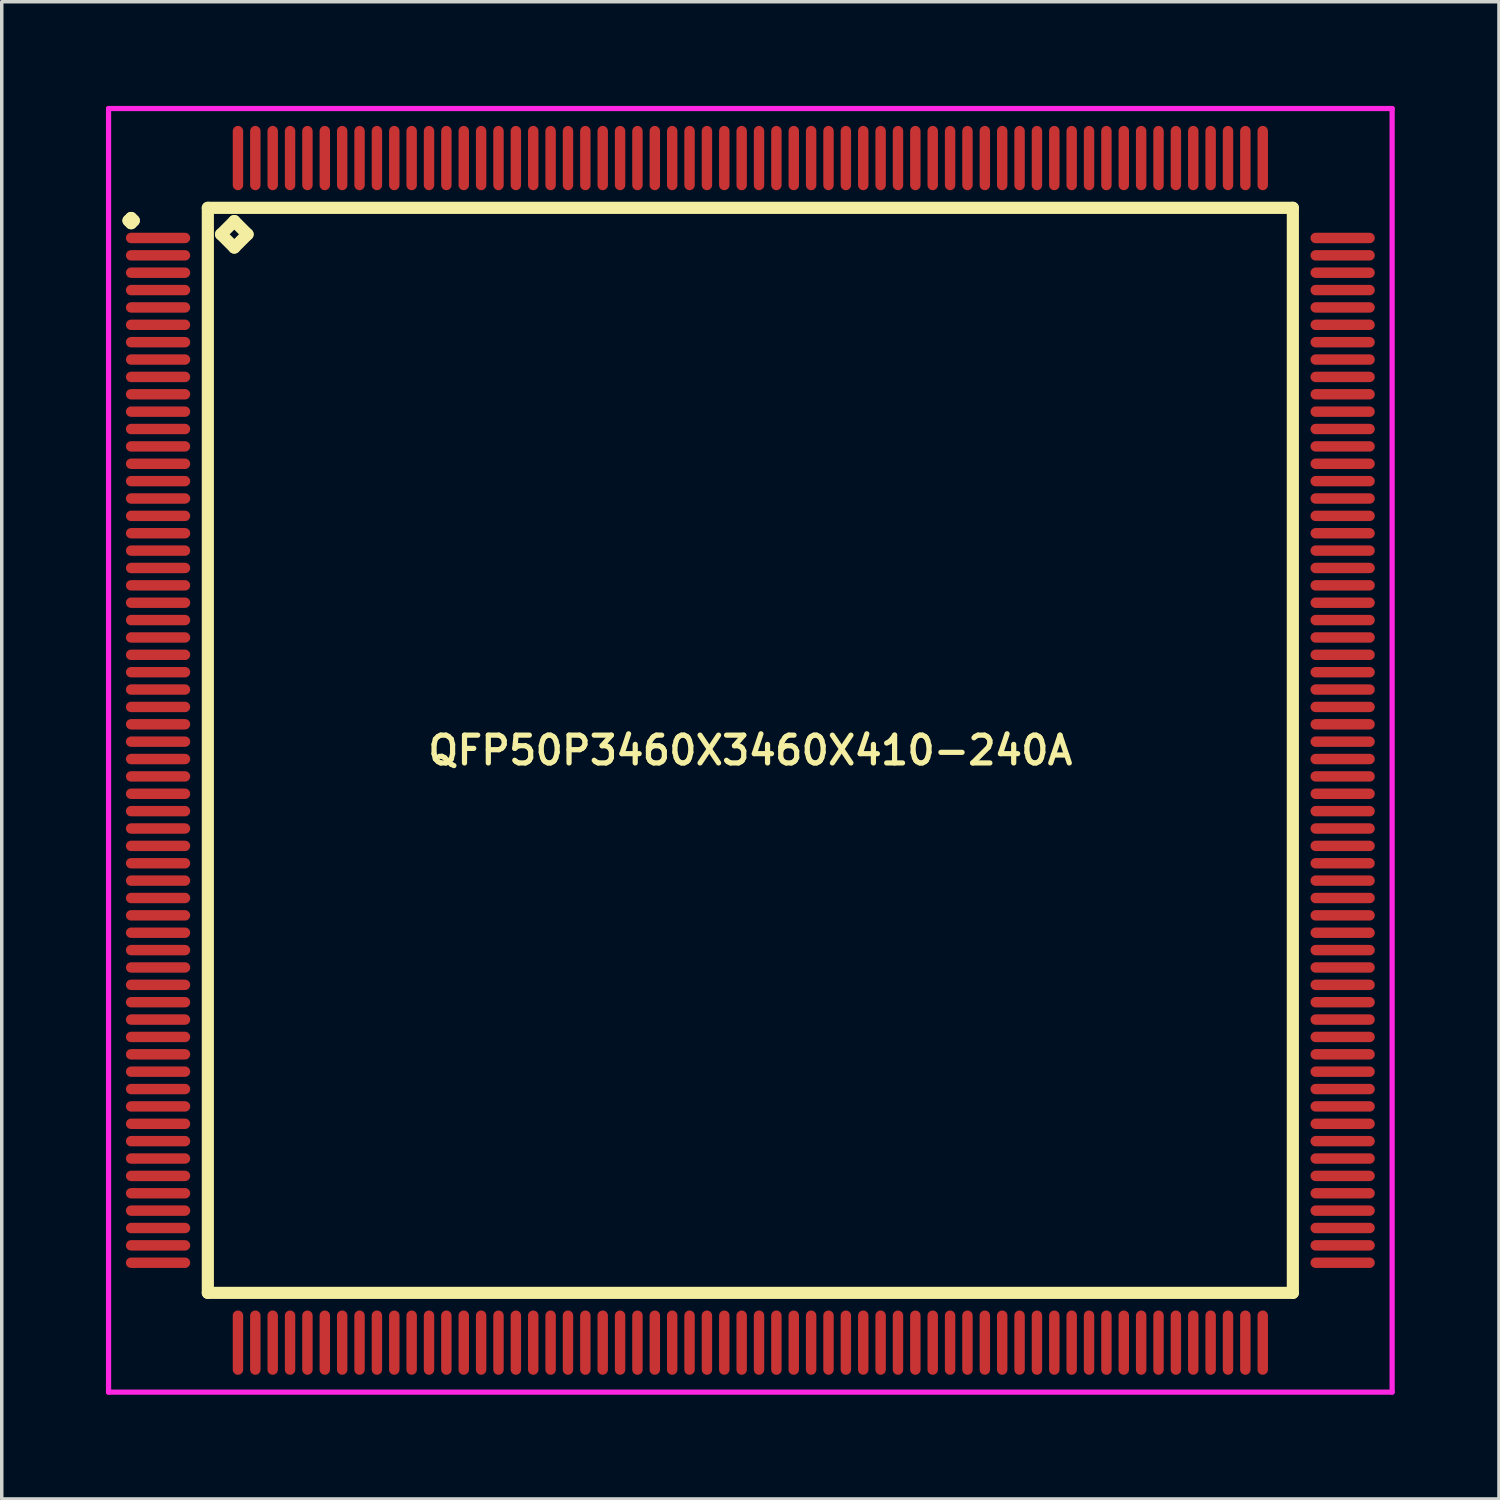
<source format=kicad_pcb>
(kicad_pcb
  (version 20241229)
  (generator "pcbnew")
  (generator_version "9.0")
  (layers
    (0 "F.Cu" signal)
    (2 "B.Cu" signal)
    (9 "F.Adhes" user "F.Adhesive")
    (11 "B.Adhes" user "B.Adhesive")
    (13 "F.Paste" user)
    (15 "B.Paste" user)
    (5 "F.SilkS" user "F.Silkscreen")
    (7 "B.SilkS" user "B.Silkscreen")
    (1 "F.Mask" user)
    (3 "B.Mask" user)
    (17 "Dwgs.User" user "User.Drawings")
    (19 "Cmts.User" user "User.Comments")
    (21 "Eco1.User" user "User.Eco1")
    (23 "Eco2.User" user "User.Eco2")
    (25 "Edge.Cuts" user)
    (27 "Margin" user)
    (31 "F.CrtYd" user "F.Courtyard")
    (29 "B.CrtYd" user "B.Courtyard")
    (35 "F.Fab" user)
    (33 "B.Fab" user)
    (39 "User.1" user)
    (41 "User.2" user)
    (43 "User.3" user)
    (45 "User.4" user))
  (footprint "QFP50P3460X3460X410-240A"
    (layer "F.Cu")
    (at 18.55 18.55)
    (property "Reference" "QFP50P3460X3460X410-240A" (at 0 0 0) (layer "F.SilkS") (effects (font (size 0.8 0.8) (thickness 0.15))))
    (attr smd)
    (fp_line (start -17.9 -15.25) (end -17.825 -15.325) (stroke (width 0.35) (type solid)) (layer "F.SilkS"))
    (fp_line (start -17.825 -15.325) (end -17.75 -15.25) (stroke (width 0.35) (type solid)) (layer "F.SilkS"))
    (fp_line (start -17.825 -15.175) (end -17.9 -15.25) (stroke (width 0.35) (type solid)) (layer "F.SilkS"))
    (fp_line (start -17.75 -15.25) (end -17.825 -15.175) (stroke (width 0.35) (type solid)) (layer "F.SilkS"))
    (fp_line (start -15.617 -15.617) (end -15.617 15.617) (stroke (width 0.35) (type solid)) (layer "F.SilkS"))
    (fp_line (start -15.617 15.617) (end 15.617 15.617) (stroke (width 0.35) (type solid)) (layer "F.SilkS"))
    (fp_line (start -15.236 -14.855) (end -14.855 -15.236) (stroke (width 0.35) (type solid)) (layer "F.SilkS"))
    (fp_line (start -14.855 -15.236) (end -14.474 -14.855) (stroke (width 0.35) (type solid)) (layer "F.SilkS"))
    (fp_line (start -14.855 -14.474) (end -15.236 -14.855) (stroke (width 0.35) (type solid)) (layer "F.SilkS"))
    (fp_line (start -14.474 -14.855) (end -14.855 -14.474) (stroke (width 0.35) (type solid)) (layer "F.SilkS"))
    (fp_line (start 15.617 -15.617) (end -15.617 -15.617) (stroke (width 0.35) (type solid)) (layer "F.SilkS"))
    (fp_line (start 15.617 15.617) (end 15.617 -15.617) (stroke (width 0.35) (type solid)) (layer "F.SilkS"))
    (fp_line (start -18.475 -18.475) (end 18.475 -18.475) (stroke (width 0.15) (type solid)) (layer "F.CrtYd"))
    (fp_line (start -18.475 18.475) (end -18.475 -18.475) (stroke (width 0.15) (type solid)) (layer "F.CrtYd"))
    (fp_line (start 18.475 -18.475) (end 18.475 18.475) (stroke (width 0.15) (type solid)) (layer "F.CrtYd"))
    (fp_line (start 18.475 18.475) (end -18.475 18.475) (stroke (width 0.15) (type solid)) (layer "F.CrtYd"))
    (pad "1" smd oval (at -17.05 -14.75) (size 1.85 0.3) (layers "F.Cu" "F.Mask" "F.Paste"))
    (pad "2" smd oval (at -17.05 -14.25) (size 1.85 0.3) (layers "F.Cu" "F.Mask" "F.Paste"))
    (pad "3" smd oval (at -17.05 -13.75) (size 1.85 0.3) (layers "F.Cu" "F.Mask" "F.Paste"))
    (pad "4" smd oval (at -17.05 -13.25) (size 1.85 0.3) (layers "F.Cu" "F.Mask" "F.Paste"))
    (pad "5" smd oval (at -17.05 -12.75) (size 1.85 0.3) (layers "F.Cu" "F.Mask" "F.Paste"))
    (pad "6" smd oval (at -17.05 -12.25) (size 1.85 0.3) (layers "F.Cu" "F.Mask" "F.Paste"))
    (pad "7" smd oval (at -17.05 -11.75) (size 1.85 0.3) (layers "F.Cu" "F.Mask" "F.Paste"))
    (pad "8" smd oval (at -17.05 -11.25) (size 1.85 0.3) (layers "F.Cu" "F.Mask" "F.Paste"))
    (pad "9" smd oval (at -17.05 -10.75) (size 1.85 0.3) (layers "F.Cu" "F.Mask" "F.Paste"))
    (pad "10" smd oval (at -17.05 -10.25) (size 1.85 0.3) (layers "F.Cu" "F.Mask" "F.Paste"))
    (pad "11" smd oval (at -17.05 -9.75) (size 1.85 0.3) (layers "F.Cu" "F.Mask" "F.Paste"))
    (pad "12" smd oval (at -17.05 -9.25) (size 1.85 0.3) (layers "F.Cu" "F.Mask" "F.Paste"))
    (pad "13" smd oval (at -17.05 -8.75) (size 1.85 0.3) (layers "F.Cu" "F.Mask" "F.Paste"))
    (pad "14" smd oval (at -17.05 -8.25) (size 1.85 0.3) (layers "F.Cu" "F.Mask" "F.Paste"))
    (pad "15" smd oval (at -17.05 -7.75) (size 1.85 0.3) (layers "F.Cu" "F.Mask" "F.Paste"))
    (pad "16" smd oval (at -17.05 -7.25) (size 1.85 0.3) (layers "F.Cu" "F.Mask" "F.Paste"))
    (pad "17" smd oval (at -17.05 -6.75) (size 1.85 0.3) (layers "F.Cu" "F.Mask" "F.Paste"))
    (pad "18" smd oval (at -17.05 -6.25) (size 1.85 0.3) (layers "F.Cu" "F.Mask" "F.Paste"))
    (pad "19" smd oval (at -17.05 -5.75) (size 1.85 0.3) (layers "F.Cu" "F.Mask" "F.Paste"))
    (pad "20" smd oval (at -17.05 -5.25) (size 1.85 0.3) (layers "F.Cu" "F.Mask" "F.Paste"))
    (pad "21" smd oval (at -17.05 -4.75) (size 1.85 0.3) (layers "F.Cu" "F.Mask" "F.Paste"))
    (pad "22" smd oval (at -17.05 -4.25) (size 1.85 0.3) (layers "F.Cu" "F.Mask" "F.Paste"))
    (pad "23" smd oval (at -17.05 -3.75) (size 1.85 0.3) (layers "F.Cu" "F.Mask" "F.Paste"))
    (pad "24" smd oval (at -17.05 -3.25) (size 1.85 0.3) (layers "F.Cu" "F.Mask" "F.Paste"))
    (pad "25" smd oval (at -17.05 -2.75) (size 1.85 0.3) (layers "F.Cu" "F.Mask" "F.Paste"))
    (pad "26" smd oval (at -17.05 -2.25) (size 1.85 0.3) (layers "F.Cu" "F.Mask" "F.Paste"))
    (pad "27" smd oval (at -17.05 -1.75) (size 1.85 0.3) (layers "F.Cu" "F.Mask" "F.Paste"))
    (pad "28" smd oval (at -17.05 -1.25) (size 1.85 0.3) (layers "F.Cu" "F.Mask" "F.Paste"))
    (pad "29" smd oval (at -17.05 -0.75) (size 1.85 0.3) (layers "F.Cu" "F.Mask" "F.Paste"))
    (pad "30" smd oval (at -17.05 -0.25) (size 1.85 0.3) (layers "F.Cu" "F.Mask" "F.Paste"))
    (pad "31" smd oval (at -17.05 0.25) (size 1.85 0.3) (layers "F.Cu" "F.Mask" "F.Paste"))
    (pad "32" smd oval (at -17.05 0.75) (size 1.85 0.3) (layers "F.Cu" "F.Mask" "F.Paste"))
    (pad "33" smd oval (at -17.05 1.25) (size 1.85 0.3) (layers "F.Cu" "F.Mask" "F.Paste"))
    (pad "34" smd oval (at -17.05 1.75) (size 1.85 0.3) (layers "F.Cu" "F.Mask" "F.Paste"))
    (pad "35" smd oval (at -17.05 2.25) (size 1.85 0.3) (layers "F.Cu" "F.Mask" "F.Paste"))
    (pad "36" smd oval (at -17.05 2.75) (size 1.85 0.3) (layers "F.Cu" "F.Mask" "F.Paste"))
    (pad "37" smd oval (at -17.05 3.25) (size 1.85 0.3) (layers "F.Cu" "F.Mask" "F.Paste"))
    (pad "38" smd oval (at -17.05 3.75) (size 1.85 0.3) (layers "F.Cu" "F.Mask" "F.Paste"))
    (pad "39" smd oval (at -17.05 4.25) (size 1.85 0.3) (layers "F.Cu" "F.Mask" "F.Paste"))
    (pad "40" smd oval (at -17.05 4.75) (size 1.85 0.3) (layers "F.Cu" "F.Mask" "F.Paste"))
    (pad "41" smd oval (at -17.05 5.25) (size 1.85 0.3) (layers "F.Cu" "F.Mask" "F.Paste"))
    (pad "42" smd oval (at -17.05 5.75) (size 1.85 0.3) (layers "F.Cu" "F.Mask" "F.Paste"))
    (pad "43" smd oval (at -17.05 6.25) (size 1.85 0.3) (layers "F.Cu" "F.Mask" "F.Paste"))
    (pad "44" smd oval (at -17.05 6.75) (size 1.85 0.3) (layers "F.Cu" "F.Mask" "F.Paste"))
    (pad "45" smd oval (at -17.05 7.25) (size 1.85 0.3) (layers "F.Cu" "F.Mask" "F.Paste"))
    (pad "46" smd oval (at -17.05 7.75) (size 1.85 0.3) (layers "F.Cu" "F.Mask" "F.Paste"))
    (pad "47" smd oval (at -17.05 8.25) (size 1.85 0.3) (layers "F.Cu" "F.Mask" "F.Paste"))
    (pad "48" smd oval (at -17.05 8.75) (size 1.85 0.3) (layers "F.Cu" "F.Mask" "F.Paste"))
    (pad "49" smd oval (at -17.05 9.25) (size 1.85 0.3) (layers "F.Cu" "F.Mask" "F.Paste"))
    (pad "50" smd oval (at -17.05 9.75) (size 1.85 0.3) (layers "F.Cu" "F.Mask" "F.Paste"))
    (pad "51" smd oval (at -17.05 10.25) (size 1.85 0.3) (layers "F.Cu" "F.Mask" "F.Paste"))
    (pad "52" smd oval (at -17.05 10.75) (size 1.85 0.3) (layers "F.Cu" "F.Mask" "F.Paste"))
    (pad "53" smd oval (at -17.05 11.25) (size 1.85 0.3) (layers "F.Cu" "F.Mask" "F.Paste"))
    (pad "54" smd oval (at -17.05 11.75) (size 1.85 0.3) (layers "F.Cu" "F.Mask" "F.Paste"))
    (pad "55" smd oval (at -17.05 12.25) (size 1.85 0.3) (layers "F.Cu" "F.Mask" "F.Paste"))
    (pad "56" smd oval (at -17.05 12.75) (size 1.85 0.3) (layers "F.Cu" "F.Mask" "F.Paste"))
    (pad "57" smd oval (at -17.05 13.25) (size 1.85 0.3) (layers "F.Cu" "F.Mask" "F.Paste"))
    (pad "58" smd oval (at -17.05 13.75) (size 1.85 0.3) (layers "F.Cu" "F.Mask" "F.Paste"))
    (pad "59" smd oval (at -17.05 14.25) (size 1.85 0.3) (layers "F.Cu" "F.Mask" "F.Paste"))
    (pad "60" smd oval (at -17.05 14.75) (size 1.85 0.3) (layers "F.Cu" "F.Mask" "F.Paste"))
    (pad "61" smd oval (at -14.75 17.05) (size 0.3 1.85) (layers "F.Cu" "F.Mask" "F.Paste"))
    (pad "62" smd oval (at -14.25 17.05) (size 0.3 1.85) (layers "F.Cu" "F.Mask" "F.Paste"))
    (pad "63" smd oval (at -13.75 17.05) (size 0.3 1.85) (layers "F.Cu" "F.Mask" "F.Paste"))
    (pad "64" smd oval (at -13.25 17.05) (size 0.3 1.85) (layers "F.Cu" "F.Mask" "F.Paste"))
    (pad "65" smd oval (at -12.75 17.05) (size 0.3 1.85) (layers "F.Cu" "F.Mask" "F.Paste"))
    (pad "66" smd oval (at -12.25 17.05) (size 0.3 1.85) (layers "F.Cu" "F.Mask" "F.Paste"))
    (pad "67" smd oval (at -11.75 17.05) (size 0.3 1.85) (layers "F.Cu" "F.Mask" "F.Paste"))
    (pad "68" smd oval (at -11.25 17.05) (size 0.3 1.85) (layers "F.Cu" "F.Mask" "F.Paste"))
    (pad "69" smd oval (at -10.75 17.05) (size 0.3 1.85) (layers "F.Cu" "F.Mask" "F.Paste"))
    (pad "70" smd oval (at -10.25 17.05) (size 0.3 1.85) (layers "F.Cu" "F.Mask" "F.Paste"))
    (pad "71" smd oval (at -9.75 17.05) (size 0.3 1.85) (layers "F.Cu" "F.Mask" "F.Paste"))
    (pad "72" smd oval (at -9.25 17.05) (size 0.3 1.85) (layers "F.Cu" "F.Mask" "F.Paste"))
    (pad "73" smd oval (at -8.75 17.05) (size 0.3 1.85) (layers "F.Cu" "F.Mask" "F.Paste"))
    (pad "74" smd oval (at -8.25 17.05) (size 0.3 1.85) (layers "F.Cu" "F.Mask" "F.Paste"))
    (pad "75" smd oval (at -7.75 17.05) (size 0.3 1.85) (layers "F.Cu" "F.Mask" "F.Paste"))
    (pad "76" smd oval (at -7.25 17.05) (size 0.3 1.85) (layers "F.Cu" "F.Mask" "F.Paste"))
    (pad "77" smd oval (at -6.75 17.05) (size 0.3 1.85) (layers "F.Cu" "F.Mask" "F.Paste"))
    (pad "78" smd oval (at -6.25 17.05) (size 0.3 1.85) (layers "F.Cu" "F.Mask" "F.Paste"))
    (pad "79" smd oval (at -5.75 17.05) (size 0.3 1.85) (layers "F.Cu" "F.Mask" "F.Paste"))
    (pad "80" smd oval (at -5.25 17.05) (size 0.3 1.85) (layers "F.Cu" "F.Mask" "F.Paste"))
    (pad "81" smd oval (at -4.75 17.05) (size 0.3 1.85) (layers "F.Cu" "F.Mask" "F.Paste"))
    (pad "82" smd oval (at -4.25 17.05) (size 0.3 1.85) (layers "F.Cu" "F.Mask" "F.Paste"))
    (pad "83" smd oval (at -3.75 17.05) (size 0.3 1.85) (layers "F.Cu" "F.Mask" "F.Paste"))
    (pad "84" smd oval (at -3.25 17.05) (size 0.3 1.85) (layers "F.Cu" "F.Mask" "F.Paste"))
    (pad "85" smd oval (at -2.75 17.05) (size 0.3 1.85) (layers "F.Cu" "F.Mask" "F.Paste"))
    (pad "86" smd oval (at -2.25 17.05) (size 0.3 1.85) (layers "F.Cu" "F.Mask" "F.Paste"))
    (pad "87" smd oval (at -1.75 17.05) (size 0.3 1.85) (layers "F.Cu" "F.Mask" "F.Paste"))
    (pad "88" smd oval (at -1.25 17.05) (size 0.3 1.85) (layers "F.Cu" "F.Mask" "F.Paste"))
    (pad "89" smd oval (at -0.75 17.05) (size 0.3 1.85) (layers "F.Cu" "F.Mask" "F.Paste"))
    (pad "90" smd oval (at -0.25 17.05) (size 0.3 1.85) (layers "F.Cu" "F.Mask" "F.Paste"))
    (pad "91" smd oval (at 0.25 17.05) (size 0.3 1.85) (layers "F.Cu" "F.Mask" "F.Paste"))
    (pad "92" smd oval (at 0.75 17.05) (size 0.3 1.85) (layers "F.Cu" "F.Mask" "F.Paste"))
    (pad "93" smd oval (at 1.25 17.05) (size 0.3 1.85) (layers "F.Cu" "F.Mask" "F.Paste"))
    (pad "94" smd oval (at 1.75 17.05) (size 0.3 1.85) (layers "F.Cu" "F.Mask" "F.Paste"))
    (pad "95" smd oval (at 2.25 17.05) (size 0.3 1.85) (layers "F.Cu" "F.Mask" "F.Paste"))
    (pad "96" smd oval (at 2.75 17.05) (size 0.3 1.85) (layers "F.Cu" "F.Mask" "F.Paste"))
    (pad "97" smd oval (at 3.25 17.05) (size 0.3 1.85) (layers "F.Cu" "F.Mask" "F.Paste"))
    (pad "98" smd oval (at 3.75 17.05) (size 0.3 1.85) (layers "F.Cu" "F.Mask" "F.Paste"))
    (pad "99" smd oval (at 4.25 17.05) (size 0.3 1.85) (layers "F.Cu" "F.Mask" "F.Paste"))
    (pad "100" smd oval (at 4.75 17.05) (size 0.3 1.85) (layers "F.Cu" "F.Mask" "F.Paste"))
    (pad "101" smd oval (at 5.25 17.05) (size 0.3 1.85) (layers "F.Cu" "F.Mask" "F.Paste"))
    (pad "102" smd oval (at 5.75 17.05) (size 0.3 1.85) (layers "F.Cu" "F.Mask" "F.Paste"))
    (pad "103" smd oval (at 6.25 17.05) (size 0.3 1.85) (layers "F.Cu" "F.Mask" "F.Paste"))
    (pad "104" smd oval (at 6.75 17.05) (size 0.3 1.85) (layers "F.Cu" "F.Mask" "F.Paste"))
    (pad "105" smd oval (at 7.25 17.05) (size 0.3 1.85) (layers "F.Cu" "F.Mask" "F.Paste"))
    (pad "106" smd oval (at 7.75 17.05) (size 0.3 1.85) (layers "F.Cu" "F.Mask" "F.Paste"))
    (pad "107" smd oval (at 8.25 17.05) (size 0.3 1.85) (layers "F.Cu" "F.Mask" "F.Paste"))
    (pad "108" smd oval (at 8.75 17.05) (size 0.3 1.85) (layers "F.Cu" "F.Mask" "F.Paste"))
    (pad "109" smd oval (at 9.25 17.05) (size 0.3 1.85) (layers "F.Cu" "F.Mask" "F.Paste"))
    (pad "110" smd oval (at 9.75 17.05) (size 0.3 1.85) (layers "F.Cu" "F.Mask" "F.Paste"))
    (pad "111" smd oval (at 10.25 17.05) (size 0.3 1.85) (layers "F.Cu" "F.Mask" "F.Paste"))
    (pad "112" smd oval (at 10.75 17.05) (size 0.3 1.85) (layers "F.Cu" "F.Mask" "F.Paste"))
    (pad "113" smd oval (at 11.25 17.05) (size 0.3 1.85) (layers "F.Cu" "F.Mask" "F.Paste"))
    (pad "114" smd oval (at 11.75 17.05) (size 0.3 1.85) (layers "F.Cu" "F.Mask" "F.Paste"))
    (pad "115" smd oval (at 12.25 17.05) (size 0.3 1.85) (layers "F.Cu" "F.Mask" "F.Paste"))
    (pad "116" smd oval (at 12.75 17.05) (size 0.3 1.85) (layers "F.Cu" "F.Mask" "F.Paste"))
    (pad "117" smd oval (at 13.25 17.05) (size 0.3 1.85) (layers "F.Cu" "F.Mask" "F.Paste"))
    (pad "118" smd oval (at 13.75 17.05) (size 0.3 1.85) (layers "F.Cu" "F.Mask" "F.Paste"))
    (pad "119" smd oval (at 14.25 17.05) (size 0.3 1.85) (layers "F.Cu" "F.Mask" "F.Paste"))
    (pad "120" smd oval (at 14.75 17.05) (size 0.3 1.85) (layers "F.Cu" "F.Mask" "F.Paste"))
    (pad "121" smd oval (at 17.05 14.75) (size 1.85 0.3) (layers "F.Cu" "F.Mask" "F.Paste"))
    (pad "122" smd oval (at 17.05 14.25) (size 1.85 0.3) (layers "F.Cu" "F.Mask" "F.Paste"))
    (pad "123" smd oval (at 17.05 13.75) (size 1.85 0.3) (layers "F.Cu" "F.Mask" "F.Paste"))
    (pad "124" smd oval (at 17.05 13.25) (size 1.85 0.3) (layers "F.Cu" "F.Mask" "F.Paste"))
    (pad "125" smd oval (at 17.05 12.75) (size 1.85 0.3) (layers "F.Cu" "F.Mask" "F.Paste"))
    (pad "126" smd oval (at 17.05 12.25) (size 1.85 0.3) (layers "F.Cu" "F.Mask" "F.Paste"))
    (pad "127" smd oval (at 17.05 11.75) (size 1.85 0.3) (layers "F.Cu" "F.Mask" "F.Paste"))
    (pad "128" smd oval (at 17.05 11.25) (size 1.85 0.3) (layers "F.Cu" "F.Mask" "F.Paste"))
    (pad "129" smd oval (at 17.05 10.75) (size 1.85 0.3) (layers "F.Cu" "F.Mask" "F.Paste"))
    (pad "130" smd oval (at 17.05 10.25) (size 1.85 0.3) (layers "F.Cu" "F.Mask" "F.Paste"))
    (pad "131" smd oval (at 17.05 9.75) (size 1.85 0.3) (layers "F.Cu" "F.Mask" "F.Paste"))
    (pad "132" smd oval (at 17.05 9.25) (size 1.85 0.3) (layers "F.Cu" "F.Mask" "F.Paste"))
    (pad "133" smd oval (at 17.05 8.75) (size 1.85 0.3) (layers "F.Cu" "F.Mask" "F.Paste"))
    (pad "134" smd oval (at 17.05 8.25) (size 1.85 0.3) (layers "F.Cu" "F.Mask" "F.Paste"))
    (pad "135" smd oval (at 17.05 7.75) (size 1.85 0.3) (layers "F.Cu" "F.Mask" "F.Paste"))
    (pad "136" smd oval (at 17.05 7.25) (size 1.85 0.3) (layers "F.Cu" "F.Mask" "F.Paste"))
    (pad "137" smd oval (at 17.05 6.75) (size 1.85 0.3) (layers "F.Cu" "F.Mask" "F.Paste"))
    (pad "138" smd oval (at 17.05 6.25) (size 1.85 0.3) (layers "F.Cu" "F.Mask" "F.Paste"))
    (pad "139" smd oval (at 17.05 5.75) (size 1.85 0.3) (layers "F.Cu" "F.Mask" "F.Paste"))
    (pad "140" smd oval (at 17.05 5.25) (size 1.85 0.3) (layers "F.Cu" "F.Mask" "F.Paste"))
    (pad "141" smd oval (at 17.05 4.75) (size 1.85 0.3) (layers "F.Cu" "F.Mask" "F.Paste"))
    (pad "142" smd oval (at 17.05 4.25) (size 1.85 0.3) (layers "F.Cu" "F.Mask" "F.Paste"))
    (pad "143" smd oval (at 17.05 3.75) (size 1.85 0.3) (layers "F.Cu" "F.Mask" "F.Paste"))
    (pad "144" smd oval (at 17.05 3.25) (size 1.85 0.3) (layers "F.Cu" "F.Mask" "F.Paste"))
    (pad "145" smd oval (at 17.05 2.75) (size 1.85 0.3) (layers "F.Cu" "F.Mask" "F.Paste"))
    (pad "146" smd oval (at 17.05 2.25) (size 1.85 0.3) (layers "F.Cu" "F.Mask" "F.Paste"))
    (pad "147" smd oval (at 17.05 1.75) (size 1.85 0.3) (layers "F.Cu" "F.Mask" "F.Paste"))
    (pad "148" smd oval (at 17.05 1.25) (size 1.85 0.3) (layers "F.Cu" "F.Mask" "F.Paste"))
    (pad "149" smd oval (at 17.05 0.75) (size 1.85 0.3) (layers "F.Cu" "F.Mask" "F.Paste"))
    (pad "150" smd oval (at 17.05 0.25) (size 1.85 0.3) (layers "F.Cu" "F.Mask" "F.Paste"))
    (pad "151" smd oval (at 17.05 -0.25) (size 1.85 0.3) (layers "F.Cu" "F.Mask" "F.Paste"))
    (pad "152" smd oval (at 17.05 -0.75) (size 1.85 0.3) (layers "F.Cu" "F.Mask" "F.Paste"))
    (pad "153" smd oval (at 17.05 -1.25) (size 1.85 0.3) (layers "F.Cu" "F.Mask" "F.Paste"))
    (pad "154" smd oval (at 17.05 -1.75) (size 1.85 0.3) (layers "F.Cu" "F.Mask" "F.Paste"))
    (pad "155" smd oval (at 17.05 -2.25) (size 1.85 0.3) (layers "F.Cu" "F.Mask" "F.Paste"))
    (pad "156" smd oval (at 17.05 -2.75) (size 1.85 0.3) (layers "F.Cu" "F.Mask" "F.Paste"))
    (pad "157" smd oval (at 17.05 -3.25) (size 1.85 0.3) (layers "F.Cu" "F.Mask" "F.Paste"))
    (pad "158" smd oval (at 17.05 -3.75) (size 1.85 0.3) (layers "F.Cu" "F.Mask" "F.Paste"))
    (pad "159" smd oval (at 17.05 -4.25) (size 1.85 0.3) (layers "F.Cu" "F.Mask" "F.Paste"))
    (pad "160" smd oval (at 17.05 -4.75) (size 1.85 0.3) (layers "F.Cu" "F.Mask" "F.Paste"))
    (pad "161" smd oval (at 17.05 -5.25) (size 1.85 0.3) (layers "F.Cu" "F.Mask" "F.Paste"))
    (pad "162" smd oval (at 17.05 -5.75) (size 1.85 0.3) (layers "F.Cu" "F.Mask" "F.Paste"))
    (pad "163" smd oval (at 17.05 -6.25) (size 1.85 0.3) (layers "F.Cu" "F.Mask" "F.Paste"))
    (pad "164" smd oval (at 17.05 -6.75) (size 1.85 0.3) (layers "F.Cu" "F.Mask" "F.Paste"))
    (pad "165" smd oval (at 17.05 -7.25) (size 1.85 0.3) (layers "F.Cu" "F.Mask" "F.Paste"))
    (pad "166" smd oval (at 17.05 -7.75) (size 1.85 0.3) (layers "F.Cu" "F.Mask" "F.Paste"))
    (pad "167" smd oval (at 17.05 -8.25) (size 1.85 0.3) (layers "F.Cu" "F.Mask" "F.Paste"))
    (pad "168" smd oval (at 17.05 -8.75) (size 1.85 0.3) (layers "F.Cu" "F.Mask" "F.Paste"))
    (pad "169" smd oval (at 17.05 -9.25) (size 1.85 0.3) (layers "F.Cu" "F.Mask" "F.Paste"))
    (pad "170" smd oval (at 17.05 -9.75) (size 1.85 0.3) (layers "F.Cu" "F.Mask" "F.Paste"))
    (pad "171" smd oval (at 17.05 -10.25) (size 1.85 0.3) (layers "F.Cu" "F.Mask" "F.Paste"))
    (pad "172" smd oval (at 17.05 -10.75) (size 1.85 0.3) (layers "F.Cu" "F.Mask" "F.Paste"))
    (pad "173" smd oval (at 17.05 -11.25) (size 1.85 0.3) (layers "F.Cu" "F.Mask" "F.Paste"))
    (pad "174" smd oval (at 17.05 -11.75) (size 1.85 0.3) (layers "F.Cu" "F.Mask" "F.Paste"))
    (pad "175" smd oval (at 17.05 -12.25) (size 1.85 0.3) (layers "F.Cu" "F.Mask" "F.Paste"))
    (pad "176" smd oval (at 17.05 -12.75) (size 1.85 0.3) (layers "F.Cu" "F.Mask" "F.Paste"))
    (pad "177" smd oval (at 17.05 -13.25) (size 1.85 0.3) (layers "F.Cu" "F.Mask" "F.Paste"))
    (pad "178" smd oval (at 17.05 -13.75) (size 1.85 0.3) (layers "F.Cu" "F.Mask" "F.Paste"))
    (pad "179" smd oval (at 17.05 -14.25) (size 1.85 0.3) (layers "F.Cu" "F.Mask" "F.Paste"))
    (pad "180" smd oval (at 17.05 -14.75) (size 1.85 0.3) (layers "F.Cu" "F.Mask" "F.Paste"))
    (pad "181" smd oval (at 14.75 -17.05) (size 0.3 1.85) (layers "F.Cu" "F.Mask" "F.Paste"))
    (pad "182" smd oval (at 14.25 -17.05) (size 0.3 1.85) (layers "F.Cu" "F.Mask" "F.Paste"))
    (pad "183" smd oval (at 13.75 -17.05) (size 0.3 1.85) (layers "F.Cu" "F.Mask" "F.Paste"))
    (pad "184" smd oval (at 13.25 -17.05) (size 0.3 1.85) (layers "F.Cu" "F.Mask" "F.Paste"))
    (pad "185" smd oval (at 12.75 -17.05) (size 0.3 1.85) (layers "F.Cu" "F.Mask" "F.Paste"))
    (pad "186" smd oval (at 12.25 -17.05) (size 0.3 1.85) (layers "F.Cu" "F.Mask" "F.Paste"))
    (pad "187" smd oval (at 11.75 -17.05) (size 0.3 1.85) (layers "F.Cu" "F.Mask" "F.Paste"))
    (pad "188" smd oval (at 11.25 -17.05) (size 0.3 1.85) (layers "F.Cu" "F.Mask" "F.Paste"))
    (pad "189" smd oval (at 10.75 -17.05) (size 0.3 1.85) (layers "F.Cu" "F.Mask" "F.Paste"))
    (pad "190" smd oval (at 10.25 -17.05) (size 0.3 1.85) (layers "F.Cu" "F.Mask" "F.Paste"))
    (pad "191" smd oval (at 9.75 -17.05) (size 0.3 1.85) (layers "F.Cu" "F.Mask" "F.Paste"))
    (pad "192" smd oval (at 9.25 -17.05) (size 0.3 1.85) (layers "F.Cu" "F.Mask" "F.Paste"))
    (pad "193" smd oval (at 8.75 -17.05) (size 0.3 1.85) (layers "F.Cu" "F.Mask" "F.Paste"))
    (pad "194" smd oval (at 8.25 -17.05) (size 0.3 1.85) (layers "F.Cu" "F.Mask" "F.Paste"))
    (pad "195" smd oval (at 7.75 -17.05) (size 0.3 1.85) (layers "F.Cu" "F.Mask" "F.Paste"))
    (pad "196" smd oval (at 7.25 -17.05) (size 0.3 1.85) (layers "F.Cu" "F.Mask" "F.Paste"))
    (pad "197" smd oval (at 6.75 -17.05) (size 0.3 1.85) (layers "F.Cu" "F.Mask" "F.Paste"))
    (pad "198" smd oval (at 6.25 -17.05) (size 0.3 1.85) (layers "F.Cu" "F.Mask" "F.Paste"))
    (pad "199" smd oval (at 5.75 -17.05) (size 0.3 1.85) (layers "F.Cu" "F.Mask" "F.Paste"))
    (pad "200" smd oval (at 5.25 -17.05) (size 0.3 1.85) (layers "F.Cu" "F.Mask" "F.Paste"))
    (pad "201" smd oval (at 4.75 -17.05) (size 0.3 1.85) (layers "F.Cu" "F.Mask" "F.Paste"))
    (pad "202" smd oval (at 4.25 -17.05) (size 0.3 1.85) (layers "F.Cu" "F.Mask" "F.Paste"))
    (pad "203" smd oval (at 3.75 -17.05) (size 0.3 1.85) (layers "F.Cu" "F.Mask" "F.Paste"))
    (pad "204" smd oval (at 3.25 -17.05) (size 0.3 1.85) (layers "F.Cu" "F.Mask" "F.Paste"))
    (pad "205" smd oval (at 2.75 -17.05) (size 0.3 1.85) (layers "F.Cu" "F.Mask" "F.Paste"))
    (pad "206" smd oval (at 2.25 -17.05) (size 0.3 1.85) (layers "F.Cu" "F.Mask" "F.Paste"))
    (pad "207" smd oval (at 1.75 -17.05) (size 0.3 1.85) (layers "F.Cu" "F.Mask" "F.Paste"))
    (pad "208" smd oval (at 1.25 -17.05) (size 0.3 1.85) (layers "F.Cu" "F.Mask" "F.Paste"))
    (pad "209" smd oval (at 0.75 -17.05) (size 0.3 1.85) (layers "F.Cu" "F.Mask" "F.Paste"))
    (pad "210" smd oval (at 0.25 -17.05) (size 0.3 1.85) (layers "F.Cu" "F.Mask" "F.Paste"))
    (pad "211" smd oval (at -0.25 -17.05) (size 0.3 1.85) (layers "F.Cu" "F.Mask" "F.Paste"))
    (pad "212" smd oval (at -0.75 -17.05) (size 0.3 1.85) (layers "F.Cu" "F.Mask" "F.Paste"))
    (pad "213" smd oval (at -1.25 -17.05) (size 0.3 1.85) (layers "F.Cu" "F.Mask" "F.Paste"))
    (pad "214" smd oval (at -1.75 -17.05) (size 0.3 1.85) (layers "F.Cu" "F.Mask" "F.Paste"))
    (pad "215" smd oval (at -2.25 -17.05) (size 0.3 1.85) (layers "F.Cu" "F.Mask" "F.Paste"))
    (pad "216" smd oval (at -2.75 -17.05) (size 0.3 1.85) (layers "F.Cu" "F.Mask" "F.Paste"))
    (pad "217" smd oval (at -3.25 -17.05) (size 0.3 1.85) (layers "F.Cu" "F.Mask" "F.Paste"))
    (pad "218" smd oval (at -3.75 -17.05) (size 0.3 1.85) (layers "F.Cu" "F.Mask" "F.Paste"))
    (pad "219" smd oval (at -4.25 -17.05) (size 0.3 1.85) (layers "F.Cu" "F.Mask" "F.Paste"))
    (pad "220" smd oval (at -4.75 -17.05) (size 0.3 1.85) (layers "F.Cu" "F.Mask" "F.Paste"))
    (pad "221" smd oval (at -5.25 -17.05) (size 0.3 1.85) (layers "F.Cu" "F.Mask" "F.Paste"))
    (pad "222" smd oval (at -5.75 -17.05) (size 0.3 1.85) (layers "F.Cu" "F.Mask" "F.Paste"))
    (pad "223" smd oval (at -6.25 -17.05) (size 0.3 1.85) (layers "F.Cu" "F.Mask" "F.Paste"))
    (pad "224" smd oval (at -6.75 -17.05) (size 0.3 1.85) (layers "F.Cu" "F.Mask" "F.Paste"))
    (pad "225" smd oval (at -7.25 -17.05) (size 0.3 1.85) (layers "F.Cu" "F.Mask" "F.Paste"))
    (pad "226" smd oval (at -7.75 -17.05) (size 0.3 1.85) (layers "F.Cu" "F.Mask" "F.Paste"))
    (pad "227" smd oval (at -8.25 -17.05) (size 0.3 1.85) (layers "F.Cu" "F.Mask" "F.Paste"))
    (pad "228" smd oval (at -8.75 -17.05) (size 0.3 1.85) (layers "F.Cu" "F.Mask" "F.Paste"))
    (pad "229" smd oval (at -9.25 -17.05) (size 0.3 1.85) (layers "F.Cu" "F.Mask" "F.Paste"))
    (pad "230" smd oval (at -9.75 -17.05) (size 0.3 1.85) (layers "F.Cu" "F.Mask" "F.Paste"))
    (pad "231" smd oval (at -10.25 -17.05) (size 0.3 1.85) (layers "F.Cu" "F.Mask" "F.Paste"))
    (pad "232" smd oval (at -10.75 -17.05) (size 0.3 1.85) (layers "F.Cu" "F.Mask" "F.Paste"))
    (pad "233" smd oval (at -11.25 -17.05) (size 0.3 1.85) (layers "F.Cu" "F.Mask" "F.Paste"))
    (pad "234" smd oval (at -11.75 -17.05) (size 0.3 1.85) (layers "F.Cu" "F.Mask" "F.Paste"))
    (pad "235" smd oval (at -12.25 -17.05) (size 0.3 1.85) (layers "F.Cu" "F.Mask" "F.Paste"))
    (pad "236" smd oval (at -12.75 -17.05) (size 0.3 1.85) (layers "F.Cu" "F.Mask" "F.Paste"))
    (pad "237" smd oval (at -13.25 -17.05) (size 0.3 1.85) (layers "F.Cu" "F.Mask" "F.Paste"))
    (pad "238" smd oval (at -13.75 -17.05) (size 0.3 1.85) (layers "F.Cu" "F.Mask" "F.Paste"))
    (pad "239" smd oval (at -14.25 -17.05) (size 0.3 1.85) (layers "F.Cu" "F.Mask" "F.Paste"))
    (pad "240" smd oval (at -14.75 -17.05) (size 0.3 1.85) (layers "F.Cu" "F.Mask" "F.Paste")))
  (gr_rect
    (start -3 -3)
    (end 40.1 40.1)
    (stroke (width 0.1) (type default))
    (fill no)
    (layer "Edge.Cuts")))
</source>
